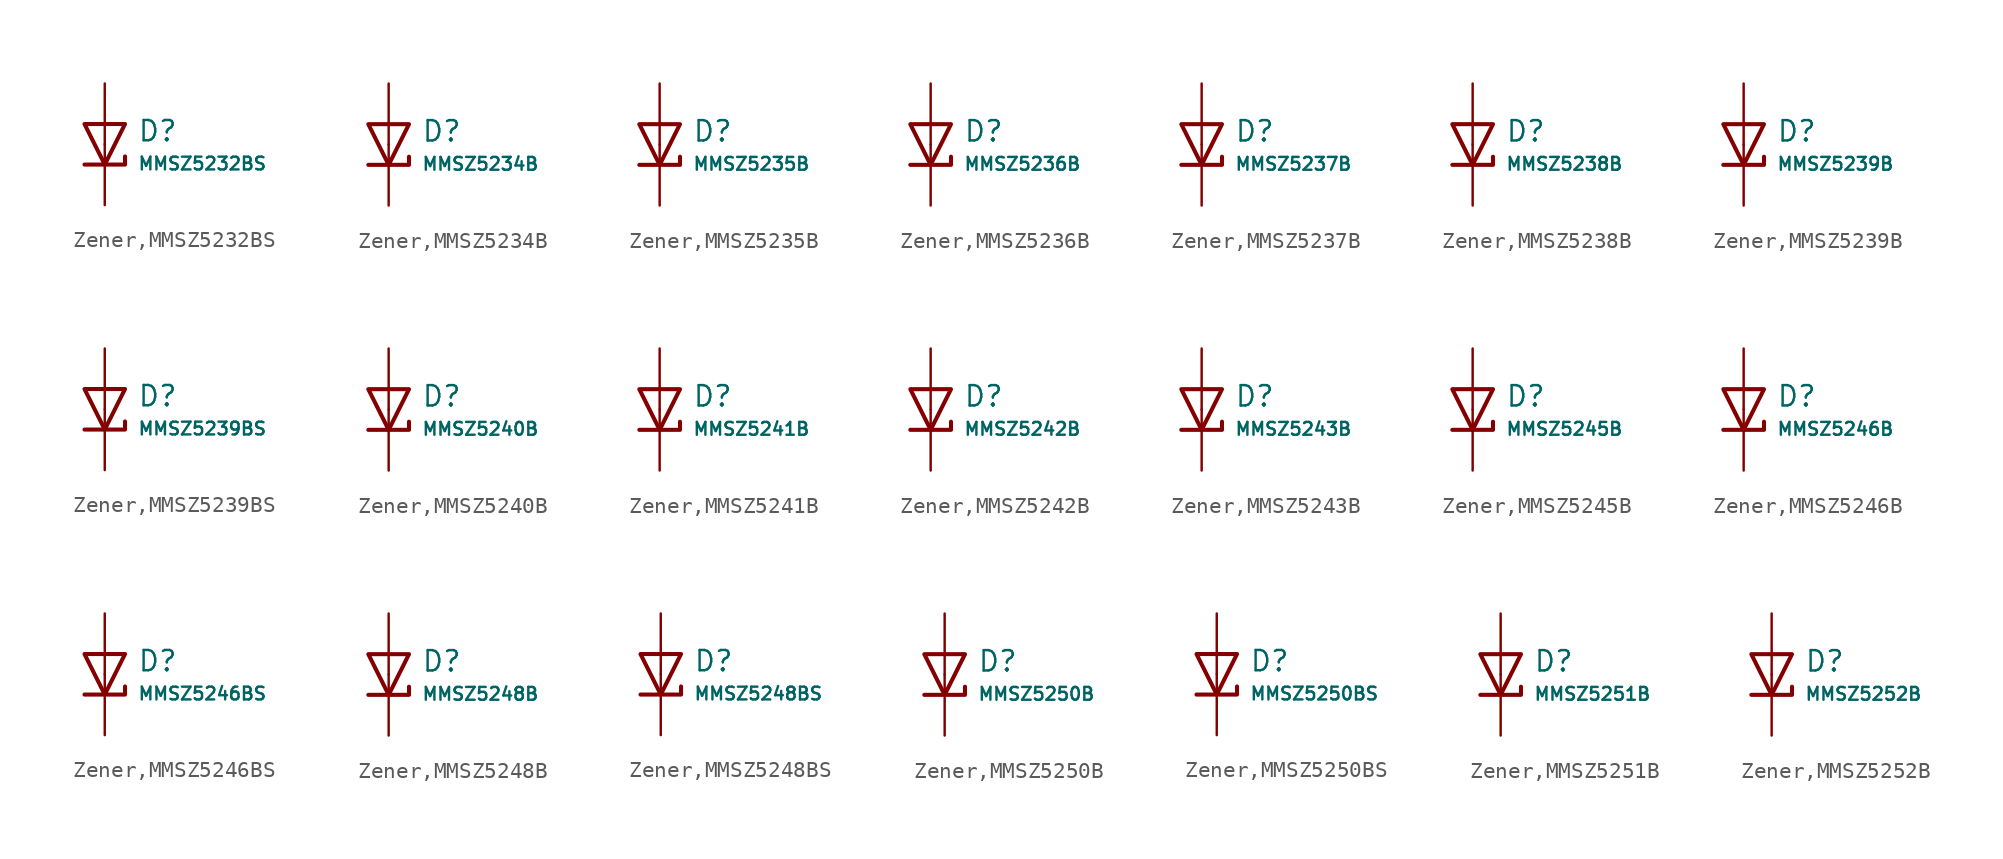
<source format=kicad_sym>
(kicad_symbol_lib
  (version 20231120)
  (generator "CDFER")
  (generator_version "8.0")
  (symbol "Zener,MMSZ5232BS"
    (pin_numbers hide)
    (pin_names
      (offset 0))
    (property "Reference" "D"
      (at 2.032 0.834 0)
      (effects (font (size 1.27 1.27)) (justify left)))
    (property "Value" "MMSZ5232BS"
      (at 2.032 -1.212 0)
      (effects (font (size 0.8 0.8)) (justify left)))
    (symbol "Zener,MMSZ5232BS_0_1"
      (polyline (pts (xy -1.27 1.27) (xy 0.00 -1.27) (xy 1.27 1.27) (xy -1.27 1.27)) (stroke (width 0.254) (type default)) (fill (type none))))
    (symbol "Zener,MMSZ5232BS_0_1"
      (polyline (pts (xy -1.27 -1.27) (xy 1.27 -1.27) (xy 1.27 -0.762)) (stroke (width 0.254) (type default)) (fill (type none))))
    (symbol "Zener,MMSZ5232BS_1_1"
      (pin passive line (at 0 3.81 270) (length 3.81) (name "~" (effects (font (size 1.27 1.27)))) (number "2" (effects (font (size 1.27 1.27)))))
      (pin passive line (at 0 -3.81 90) (length 3.81) (name "~" (effects (font (size 1.27 1.27)))) (number "1" (effects (font (size 1.27 1.27)))))))
  (symbol "Zener,MMSZ5234B"
    (pin_numbers hide)
    (pin_names
      (offset 0))
    (property "Reference" "D"
      (at 2.032 0.834 0)
      (effects (font (size 1.27 1.27)) (justify left)))
    (property "Value" "MMSZ5234B"
      (at 2.032 -1.212 0)
      (effects (font (size 0.8 0.8)) (justify left)))
    (symbol "Zener,MMSZ5234B_0_1"
      (polyline (pts (xy -1.27 1.27) (xy 0.00 -1.27) (xy 1.27 1.27) (xy -1.27 1.27)) (stroke (width 0.254) (type default)) (fill (type none))))
    (symbol "Zener,MMSZ5234B_0_1"
      (polyline (pts (xy -1.27 -1.27) (xy 1.27 -1.27) (xy 1.27 -0.762)) (stroke (width 0.254) (type default)) (fill (type none))))
    (symbol "Zener,MMSZ5234B_1_1"
      (pin passive line (at 0 3.81 270) (length 3.81) (name "~" (effects (font (size 1.27 1.27)))) (number "2" (effects (font (size 1.27 1.27)))))
      (pin passive line (at 0 -3.81 90) (length 3.81) (name "~" (effects (font (size 1.27 1.27)))) (number "1" (effects (font (size 1.27 1.27)))))))
  (symbol "Zener,MMSZ5235B"
    (pin_numbers hide)
    (pin_names
      (offset 0))
    (property "Reference" "D"
      (at 2.032 0.834 0)
      (effects (font (size 1.27 1.27)) (justify left)))
    (property "Value" "MMSZ5235B"
      (at 2.032 -1.212 0)
      (effects (font (size 0.8 0.8)) (justify left)))
    (symbol "Zener,MMSZ5235B_0_1"
      (polyline (pts (xy -1.27 1.27) (xy 0.00 -1.27) (xy 1.27 1.27) (xy -1.27 1.27)) (stroke (width 0.254) (type default)) (fill (type none))))
    (symbol "Zener,MMSZ5235B_0_1"
      (polyline (pts (xy -1.27 -1.27) (xy 1.27 -1.27) (xy 1.27 -0.762)) (stroke (width 0.254) (type default)) (fill (type none))))
    (symbol "Zener,MMSZ5235B_1_1"
      (pin passive line (at 0 3.81 270) (length 3.81) (name "~" (effects (font (size 1.27 1.27)))) (number "2" (effects (font (size 1.27 1.27)))))
      (pin passive line (at 0 -3.81 90) (length 3.81) (name "~" (effects (font (size 1.27 1.27)))) (number "1" (effects (font (size 1.27 1.27)))))))
  (symbol "Zener,MMSZ5236B"
    (pin_numbers hide)
    (pin_names
      (offset 0))
    (property "Reference" "D"
      (at 2.032 0.834 0)
      (effects (font (size 1.27 1.27)) (justify left)))
    (property "Value" "MMSZ5236B"
      (at 2.032 -1.212 0)
      (effects (font (size 0.8 0.8)) (justify left)))
    (symbol "Zener,MMSZ5236B_0_1"
      (polyline (pts (xy -1.27 1.27) (xy 0.00 -1.27) (xy 1.27 1.27) (xy -1.27 1.27)) (stroke (width 0.254) (type default)) (fill (type none))))
    (symbol "Zener,MMSZ5236B_0_1"
      (polyline (pts (xy -1.27 -1.27) (xy 1.27 -1.27) (xy 1.27 -0.762)) (stroke (width 0.254) (type default)) (fill (type none))))
    (symbol "Zener,MMSZ5236B_1_1"
      (pin passive line (at 0 3.81 270) (length 3.81) (name "~" (effects (font (size 1.27 1.27)))) (number "2" (effects (font (size 1.27 1.27)))))
      (pin passive line (at 0 -3.81 90) (length 3.81) (name "~" (effects (font (size 1.27 1.27)))) (number "1" (effects (font (size 1.27 1.27)))))))
  (symbol "Zener,MMSZ5237B"
    (pin_numbers hide)
    (pin_names
      (offset 0))
    (property "Reference" "D"
      (at 2.032 0.834 0)
      (effects (font (size 1.27 1.27)) (justify left)))
    (property "Value" "MMSZ5237B"
      (at 2.032 -1.212 0)
      (effects (font (size 0.8 0.8)) (justify left)))
    (symbol "Zener,MMSZ5237B_0_1"
      (polyline (pts (xy -1.27 1.27) (xy 0.00 -1.27) (xy 1.27 1.27) (xy -1.27 1.27)) (stroke (width 0.254) (type default)) (fill (type none))))
    (symbol "Zener,MMSZ5237B_0_1"
      (polyline (pts (xy -1.27 -1.27) (xy 1.27 -1.27) (xy 1.27 -0.762)) (stroke (width 0.254) (type default)) (fill (type none))))
    (symbol "Zener,MMSZ5237B_1_1"
      (pin passive line (at 0 3.81 270) (length 3.81) (name "~" (effects (font (size 1.27 1.27)))) (number "2" (effects (font (size 1.27 1.27)))))
      (pin passive line (at 0 -3.81 90) (length 3.81) (name "~" (effects (font (size 1.27 1.27)))) (number "1" (effects (font (size 1.27 1.27)))))))
  (symbol "Zener,MMSZ5238B"
    (pin_numbers hide)
    (pin_names
      (offset 0))
    (property "Reference" "D"
      (at 2.032 0.834 0)
      (effects (font (size 1.27 1.27)) (justify left)))
    (property "Value" "MMSZ5238B"
      (at 2.032 -1.212 0)
      (effects (font (size 0.8 0.8)) (justify left)))
    (symbol "Zener,MMSZ5238B_0_1"
      (polyline (pts (xy -1.27 1.27) (xy 0.00 -1.27) (xy 1.27 1.27) (xy -1.27 1.27)) (stroke (width 0.254) (type default)) (fill (type none))))
    (symbol "Zener,MMSZ5238B_0_1"
      (polyline (pts (xy -1.27 -1.27) (xy 1.27 -1.27) (xy 1.27 -0.762)) (stroke (width 0.254) (type default)) (fill (type none))))
    (symbol "Zener,MMSZ5238B_1_1"
      (pin passive line (at 0 3.81 270) (length 3.81) (name "~" (effects (font (size 1.27 1.27)))) (number "2" (effects (font (size 1.27 1.27)))))
      (pin passive line (at 0 -3.81 90) (length 3.81) (name "~" (effects (font (size 1.27 1.27)))) (number "1" (effects (font (size 1.27 1.27)))))))
  (symbol "Zener,MMSZ5239B"
    (pin_numbers hide)
    (pin_names
      (offset 0))
    (property "Reference" "D"
      (at 2.032 0.834 0)
      (effects (font (size 1.27 1.27)) (justify left)))
    (property "Value" "MMSZ5239B"
      (at 2.032 -1.212 0)
      (effects (font (size 0.8 0.8)) (justify left)))
    (symbol "Zener,MMSZ5239B_0_1"
      (polyline (pts (xy -1.27 1.27) (xy 0.00 -1.27) (xy 1.27 1.27) (xy -1.27 1.27)) (stroke (width 0.254) (type default)) (fill (type none))))
    (symbol "Zener,MMSZ5239B_0_1"
      (polyline (pts (xy -1.27 -1.27) (xy 1.27 -1.27) (xy 1.27 -0.762)) (stroke (width 0.254) (type default)) (fill (type none))))
    (symbol "Zener,MMSZ5239B_1_1"
      (pin passive line (at 0 3.81 270) (length 3.81) (name "~" (effects (font (size 1.27 1.27)))) (number "2" (effects (font (size 1.27 1.27)))))
      (pin passive line (at 0 -3.81 90) (length 3.81) (name "~" (effects (font (size 1.27 1.27)))) (number "1" (effects (font (size 1.27 1.27)))))))
  (symbol "Zener,MMSZ5239BS"
    (pin_numbers hide)
    (pin_names
      (offset 0))
    (property "Reference" "D"
      (at 2.032 0.834 0)
      (effects (font (size 1.27 1.27)) (justify left)))
    (property "Value" "MMSZ5239BS"
      (at 2.032 -1.212 0)
      (effects (font (size 0.8 0.8)) (justify left)))
    (symbol "Zener,MMSZ5239BS_0_1"
      (polyline (pts (xy -1.27 1.27) (xy 0.00 -1.27) (xy 1.27 1.27) (xy -1.27 1.27)) (stroke (width 0.254) (type default)) (fill (type none))))
    (symbol "Zener,MMSZ5239BS_0_1"
      (polyline (pts (xy -1.27 -1.27) (xy 1.27 -1.27) (xy 1.27 -0.762)) (stroke (width 0.254) (type default)) (fill (type none))))
    (symbol "Zener,MMSZ5239BS_1_1"
      (pin passive line (at 0 3.81 270) (length 3.81) (name "~" (effects (font (size 1.27 1.27)))) (number "2" (effects (font (size 1.27 1.27)))))
      (pin passive line (at 0 -3.81 90) (length 3.81) (name "~" (effects (font (size 1.27 1.27)))) (number "1" (effects (font (size 1.27 1.27)))))))
  (symbol "Zener,MMSZ5240B"
    (pin_numbers hide)
    (pin_names
      (offset 0))
    (property "Reference" "D"
      (at 2.032 0.834 0)
      (effects (font (size 1.27 1.27)) (justify left)))
    (property "Value" "MMSZ5240B"
      (at 2.032 -1.212 0)
      (effects (font (size 0.8 0.8)) (justify left)))
    (symbol "Zener,MMSZ5240B_0_1"
      (polyline (pts (xy -1.27 1.27) (xy 0.00 -1.27) (xy 1.27 1.27) (xy -1.27 1.27)) (stroke (width 0.254) (type default)) (fill (type none))))
    (symbol "Zener,MMSZ5240B_0_1"
      (polyline (pts (xy -1.27 -1.27) (xy 1.27 -1.27) (xy 1.27 -0.762)) (stroke (width 0.254) (type default)) (fill (type none))))
    (symbol "Zener,MMSZ5240B_1_1"
      (pin passive line (at 0 3.81 270) (length 3.81) (name "~" (effects (font (size 1.27 1.27)))) (number "2" (effects (font (size 1.27 1.27)))))
      (pin passive line (at 0 -3.81 90) (length 3.81) (name "~" (effects (font (size 1.27 1.27)))) (number "1" (effects (font (size 1.27 1.27)))))))
  (symbol "Zener,MMSZ5241B"
    (pin_numbers hide)
    (pin_names
      (offset 0))
    (property "Reference" "D"
      (at 2.032 0.834 0)
      (effects (font (size 1.27 1.27)) (justify left)))
    (property "Value" "MMSZ5241B"
      (at 2.032 -1.212 0)
      (effects (font (size 0.8 0.8)) (justify left)))
    (symbol "Zener,MMSZ5241B_0_1"
      (polyline (pts (xy -1.27 1.27) (xy 0.00 -1.27) (xy 1.27 1.27) (xy -1.27 1.27)) (stroke (width 0.254) (type default)) (fill (type none))))
    (symbol "Zener,MMSZ5241B_0_1"
      (polyline (pts (xy -1.27 -1.27) (xy 1.27 -1.27) (xy 1.27 -0.762)) (stroke (width 0.254) (type default)) (fill (type none))))
    (symbol "Zener,MMSZ5241B_1_1"
      (pin passive line (at 0 3.81 270) (length 3.81) (name "~" (effects (font (size 1.27 1.27)))) (number "2" (effects (font (size 1.27 1.27)))))
      (pin passive line (at 0 -3.81 90) (length 3.81) (name "~" (effects (font (size 1.27 1.27)))) (number "1" (effects (font (size 1.27 1.27)))))))
  (symbol "Zener,MMSZ5242B"
    (pin_numbers hide)
    (pin_names
      (offset 0))
    (property "Reference" "D"
      (at 2.032 0.834 0)
      (effects (font (size 1.27 1.27)) (justify left)))
    (property "Value" "MMSZ5242B"
      (at 2.032 -1.212 0)
      (effects (font (size 0.8 0.8)) (justify left)))
    (symbol "Zener,MMSZ5242B_0_1"
      (polyline (pts (xy -1.27 1.27) (xy 0.00 -1.27) (xy 1.27 1.27) (xy -1.27 1.27)) (stroke (width 0.254) (type default)) (fill (type none))))
    (symbol "Zener,MMSZ5242B_0_1"
      (polyline (pts (xy -1.27 -1.27) (xy 1.27 -1.27) (xy 1.27 -0.762)) (stroke (width 0.254) (type default)) (fill (type none))))
    (symbol "Zener,MMSZ5242B_1_1"
      (pin passive line (at 0 3.81 270) (length 3.81) (name "~" (effects (font (size 1.27 1.27)))) (number "2" (effects (font (size 1.27 1.27)))))
      (pin passive line (at 0 -3.81 90) (length 3.81) (name "~" (effects (font (size 1.27 1.27)))) (number "1" (effects (font (size 1.27 1.27)))))))
  (symbol "Zener,MMSZ5243B"
    (pin_numbers hide)
    (pin_names
      (offset 0))
    (property "Reference" "D"
      (at 2.032 0.834 0)
      (effects (font (size 1.27 1.27)) (justify left)))
    (property "Value" "MMSZ5243B"
      (at 2.032 -1.212 0)
      (effects (font (size 0.8 0.8)) (justify left)))
    (symbol "Zener,MMSZ5243B_0_1"
      (polyline (pts (xy -1.27 1.27) (xy 0.00 -1.27) (xy 1.27 1.27) (xy -1.27 1.27)) (stroke (width 0.254) (type default)) (fill (type none))))
    (symbol "Zener,MMSZ5243B_0_1"
      (polyline (pts (xy -1.27 -1.27) (xy 1.27 -1.27) (xy 1.27 -0.762)) (stroke (width 0.254) (type default)) (fill (type none))))
    (symbol "Zener,MMSZ5243B_1_1"
      (pin passive line (at 0 3.81 270) (length 3.81) (name "~" (effects (font (size 1.27 1.27)))) (number "2" (effects (font (size 1.27 1.27)))))
      (pin passive line (at 0 -3.81 90) (length 3.81) (name "~" (effects (font (size 1.27 1.27)))) (number "1" (effects (font (size 1.27 1.27)))))))
  (symbol "Zener,MMSZ5245B"
    (pin_numbers hide)
    (pin_names
      (offset 0))
    (property "Reference" "D"
      (at 2.032 0.834 0)
      (effects (font (size 1.27 1.27)) (justify left)))
    (property "Value" "MMSZ5245B"
      (at 2.032 -1.212 0)
      (effects (font (size 0.8 0.8)) (justify left)))
    (symbol "Zener,MMSZ5245B_0_1"
      (polyline (pts (xy -1.27 1.27) (xy 0.00 -1.27) (xy 1.27 1.27) (xy -1.27 1.27)) (stroke (width 0.254) (type default)) (fill (type none))))
    (symbol "Zener,MMSZ5245B_0_1"
      (polyline (pts (xy -1.27 -1.27) (xy 1.27 -1.27) (xy 1.27 -0.762)) (stroke (width 0.254) (type default)) (fill (type none))))
    (symbol "Zener,MMSZ5245B_1_1"
      (pin passive line (at 0 3.81 270) (length 3.81) (name "~" (effects (font (size 1.27 1.27)))) (number "2" (effects (font (size 1.27 1.27)))))
      (pin passive line (at 0 -3.81 90) (length 3.81) (name "~" (effects (font (size 1.27 1.27)))) (number "1" (effects (font (size 1.27 1.27)))))))
  (symbol "Zener,MMSZ5246B"
    (pin_numbers hide)
    (pin_names
      (offset 0))
    (property "Reference" "D"
      (at 2.032 0.834 0)
      (effects (font (size 1.27 1.27)) (justify left)))
    (property "Value" "MMSZ5246B"
      (at 2.032 -1.212 0)
      (effects (font (size 0.8 0.8)) (justify left)))
    (symbol "Zener,MMSZ5246B_0_1"
      (polyline (pts (xy -1.27 1.27) (xy 0.00 -1.27) (xy 1.27 1.27) (xy -1.27 1.27)) (stroke (width 0.254) (type default)) (fill (type none))))
    (symbol "Zener,MMSZ5246B_0_1"
      (polyline (pts (xy -1.27 -1.27) (xy 1.27 -1.27) (xy 1.27 -0.762)) (stroke (width 0.254) (type default)) (fill (type none))))
    (symbol "Zener,MMSZ5246B_1_1"
      (pin passive line (at 0 3.81 270) (length 3.81) (name "~" (effects (font (size 1.27 1.27)))) (number "2" (effects (font (size 1.27 1.27)))))
      (pin passive line (at 0 -3.81 90) (length 3.81) (name "~" (effects (font (size 1.27 1.27)))) (number "1" (effects (font (size 1.27 1.27)))))))
  (symbol "Zener,MMSZ5246BS"
    (pin_numbers hide)
    (pin_names
      (offset 0))
    (property "Reference" "D"
      (at 2.032 0.834 0)
      (effects (font (size 1.27 1.27)) (justify left)))
    (property "Value" "MMSZ5246BS"
      (at 2.032 -1.212 0)
      (effects (font (size 0.8 0.8)) (justify left)))
    (symbol "Zener,MMSZ5246BS_0_1"
      (polyline (pts (xy -1.27 1.27) (xy 0.00 -1.27) (xy 1.27 1.27) (xy -1.27 1.27)) (stroke (width 0.254) (type default)) (fill (type none))))
    (symbol "Zener,MMSZ5246BS_0_1"
      (polyline (pts (xy -1.27 -1.27) (xy 1.27 -1.27) (xy 1.27 -0.762)) (stroke (width 0.254) (type default)) (fill (type none))))
    (symbol "Zener,MMSZ5246BS_1_1"
      (pin passive line (at 0 3.81 270) (length 3.81) (name "~" (effects (font (size 1.27 1.27)))) (number "2" (effects (font (size 1.27 1.27)))))
      (pin passive line (at 0 -3.81 90) (length 3.81) (name "~" (effects (font (size 1.27 1.27)))) (number "1" (effects (font (size 1.27 1.27)))))))
  (symbol "Zener,MMSZ5248B"
    (pin_numbers hide)
    (pin_names
      (offset 0))
    (property "Reference" "D"
      (at 2.032 0.834 0)
      (effects (font (size 1.27 1.27)) (justify left)))
    (property "Value" "MMSZ5248B"
      (at 2.032 -1.212 0)
      (effects (font (size 0.8 0.8)) (justify left)))
    (symbol "Zener,MMSZ5248B_0_1"
      (polyline (pts (xy -1.27 1.27) (xy 0.00 -1.27) (xy 1.27 1.27) (xy -1.27 1.27)) (stroke (width 0.254) (type default)) (fill (type none))))
    (symbol "Zener,MMSZ5248B_0_1"
      (polyline (pts (xy -1.27 -1.27) (xy 1.27 -1.27) (xy 1.27 -0.762)) (stroke (width 0.254) (type default)) (fill (type none))))
    (symbol "Zener,MMSZ5248B_1_1"
      (pin passive line (at 0 3.81 270) (length 3.81) (name "~" (effects (font (size 1.27 1.27)))) (number "2" (effects (font (size 1.27 1.27)))))
      (pin passive line (at 0 -3.81 90) (length 3.81) (name "~" (effects (font (size 1.27 1.27)))) (number "1" (effects (font (size 1.27 1.27)))))))
  (symbol "Zener,MMSZ5248BS"
    (pin_numbers hide)
    (pin_names
      (offset 0))
    (property "Reference" "D"
      (at 2.032 0.834 0)
      (effects (font (size 1.27 1.27)) (justify left)))
    (property "Value" "MMSZ5248BS"
      (at 2.032 -1.212 0)
      (effects (font (size 0.8 0.8)) (justify left)))
    (symbol "Zener,MMSZ5248BS_0_1"
      (polyline (pts (xy -1.27 1.27) (xy 0.00 -1.27) (xy 1.27 1.27) (xy -1.27 1.27)) (stroke (width 0.254) (type default)) (fill (type none))))
    (symbol "Zener,MMSZ5248BS_0_1"
      (polyline (pts (xy -1.27 -1.27) (xy 1.27 -1.27) (xy 1.27 -0.762)) (stroke (width 0.254) (type default)) (fill (type none))))
    (symbol "Zener,MMSZ5248BS_1_1"
      (pin passive line (at 0 3.81 270) (length 3.81) (name "~" (effects (font (size 1.27 1.27)))) (number "2" (effects (font (size 1.27 1.27)))))
      (pin passive line (at 0 -3.81 90) (length 3.81) (name "~" (effects (font (size 1.27 1.27)))) (number "1" (effects (font (size 1.27 1.27)))))))
  (symbol "Zener,MMSZ5250B"
    (pin_numbers hide)
    (pin_names
      (offset 0))
    (property "Reference" "D"
      (at 2.032 0.834 0)
      (effects (font (size 1.27 1.27)) (justify left)))
    (property "Value" "MMSZ5250B"
      (at 2.032 -1.212 0)
      (effects (font (size 0.8 0.8)) (justify left)))
    (symbol "Zener,MMSZ5250B_0_1"
      (polyline (pts (xy -1.27 1.27) (xy 0.00 -1.27) (xy 1.27 1.27) (xy -1.27 1.27)) (stroke (width 0.254) (type default)) (fill (type none))))
    (symbol "Zener,MMSZ5250B_0_1"
      (polyline (pts (xy -1.27 -1.27) (xy 1.27 -1.27) (xy 1.27 -0.762)) (stroke (width 0.254) (type default)) (fill (type none))))
    (symbol "Zener,MMSZ5250B_1_1"
      (pin passive line (at 0 3.81 270) (length 3.81) (name "~" (effects (font (size 1.27 1.27)))) (number "2" (effects (font (size 1.27 1.27)))))
      (pin passive line (at 0 -3.81 90) (length 3.81) (name "~" (effects (font (size 1.27 1.27)))) (number "1" (effects (font (size 1.27 1.27)))))))
  (symbol "Zener,MMSZ5250BS"
    (pin_numbers hide)
    (pin_names
      (offset 0))
    (property "Reference" "D"
      (at 2.032 0.834 0)
      (effects (font (size 1.27 1.27)) (justify left)))
    (property "Value" "MMSZ5250BS"
      (at 2.032 -1.212 0)
      (effects (font (size 0.8 0.8)) (justify left)))
    (symbol "Zener,MMSZ5250BS_0_1"
      (polyline (pts (xy -1.27 1.27) (xy 0.00 -1.27) (xy 1.27 1.27) (xy -1.27 1.27)) (stroke (width 0.254) (type default)) (fill (type none))))
    (symbol "Zener,MMSZ5250BS_0_1"
      (polyline (pts (xy -1.27 -1.27) (xy 1.27 -1.27) (xy 1.27 -0.762)) (stroke (width 0.254) (type default)) (fill (type none))))
    (symbol "Zener,MMSZ5250BS_1_1"
      (pin passive line (at 0 3.81 270) (length 3.81) (name "~" (effects (font (size 1.27 1.27)))) (number "2" (effects (font (size 1.27 1.27)))))
      (pin passive line (at 0 -3.81 90) (length 3.81) (name "~" (effects (font (size 1.27 1.27)))) (number "1" (effects (font (size 1.27 1.27)))))))
  (symbol "Zener,MMSZ5251B"
    (pin_numbers hide)
    (pin_names
      (offset 0))
    (property "Reference" "D"
      (at 2.032 0.834 0)
      (effects (font (size 1.27 1.27)) (justify left)))
    (property "Value" "MMSZ5251B"
      (at 2.032 -1.212 0)
      (effects (font (size 0.8 0.8)) (justify left)))
    (symbol "Zener,MMSZ5251B_0_1"
      (polyline (pts (xy -1.27 1.27) (xy 0.00 -1.27) (xy 1.27 1.27) (xy -1.27 1.27)) (stroke (width 0.254) (type default)) (fill (type none))))
    (symbol "Zener,MMSZ5251B_0_1"
      (polyline (pts (xy -1.27 -1.27) (xy 1.27 -1.27) (xy 1.27 -0.762)) (stroke (width 0.254) (type default)) (fill (type none))))
    (symbol "Zener,MMSZ5251B_1_1"
      (pin passive line (at 0 3.81 270) (length 3.81) (name "~" (effects (font (size 1.27 1.27)))) (number "2" (effects (font (size 1.27 1.27)))))
      (pin passive line (at 0 -3.81 90) (length 3.81) (name "~" (effects (font (size 1.27 1.27)))) (number "1" (effects (font (size 1.27 1.27)))))))
  (symbol "Zener,MMSZ5252B"
    (pin_numbers hide)
    (pin_names
      (offset 0))
    (property "Reference" "D"
      (at 2.032 0.834 0)
      (effects (font (size 1.27 1.27)) (justify left)))
    (property "Value" "MMSZ5252B"
      (at 2.032 -1.212 0)
      (effects (font (size 0.8 0.8)) (justify left)))
    (symbol "Zener,MMSZ5252B_0_1"
      (polyline (pts (xy -1.27 1.27) (xy 0.00 -1.27) (xy 1.27 1.27) (xy -1.27 1.27)) (stroke (width 0.254) (type default)) (fill (type none))))
    (symbol "Zener,MMSZ5252B_0_1"
      (polyline (pts (xy -1.27 -1.27) (xy 1.27 -1.27) (xy 1.27 -0.762)) (stroke (width 0.254) (type default)) (fill (type none))))
    (symbol "Zener,MMSZ5252B_1_1"
      (pin passive line (at 0 3.81 270) (length 3.81) (name "~" (effects (font (size 1.27 1.27)))) (number "2" (effects (font (size 1.27 1.27)))))
      (pin passive line (at 0 -3.81 90) (length 3.81) (name "~" (effects (font (size 1.27 1.27)))) (number "1" (effects (font (size 1.27 1.27))))))))
</source>
